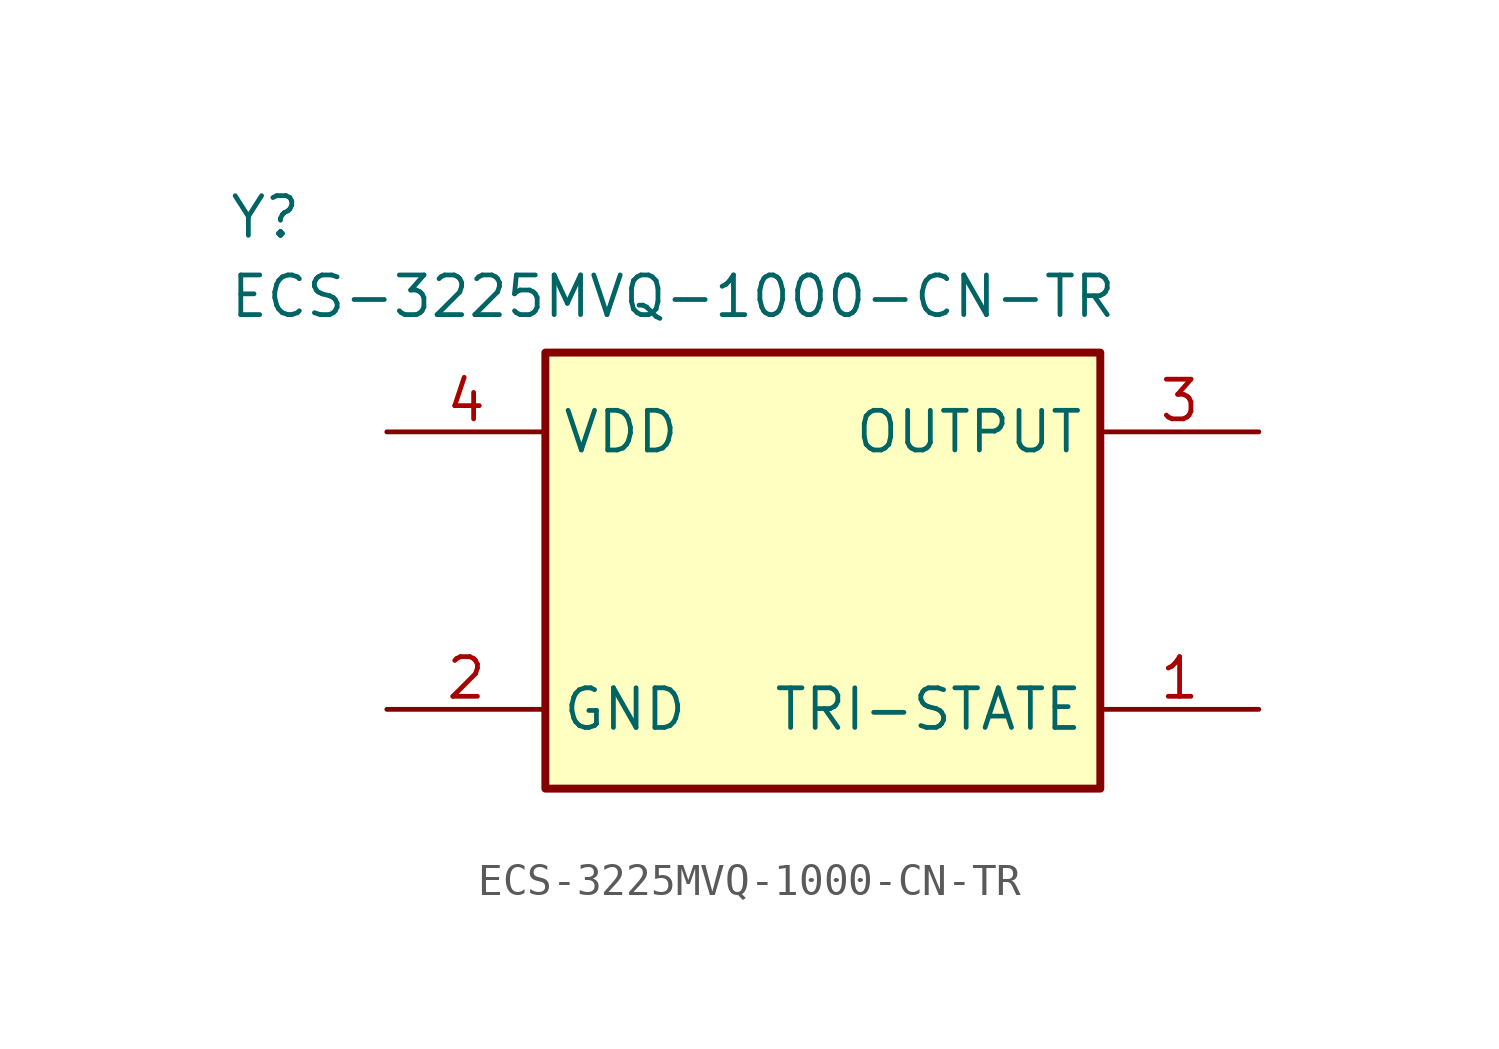
<source format=kicad_sym>
(kicad_symbol_lib
  (version 20231120)
  (generator "kicad_symbol_editor")
  (generator_version "8.0")
  (symbol "ECS-3225MVQ-1000-CN-TR"
    (property "Reference" "Y"
      (at 5.08 13.97 0)
      (effects (font (size 1.27 1.27)) (justify left top)))
    (property "Value" "ECS-3225MVQ-1000-CN-TR"
      (at 5.08 11.43 0)
      (effects (font (size 1.27 1.27)) (justify left top)))
    (symbol "ECS-3225MVQ-1000-CN-TR_1_1"
      (rectangle (start 15.24 8.89) (end 33.02 -5.08) (stroke (width 0.254) (type default)) (fill (type background)))
      (pin input line (at 38.1 -2.54 180) (length 5.08) (name "TRI-STATE" (effects (font (size 1.27 1.27)))) (number "1" (effects (font (size 1.27 1.27)))))
      (pin power_in line (at 10.16 -2.54 0) (length 5.08) (name "GND" (effects (font (size 1.27 1.27)))) (number "2" (effects (font (size 1.27 1.27)))))
      (pin output line (at 38.1 6.35 180) (length 5.08) (name "OUTPUT" (effects (font (size 1.27 1.27)))) (number "3" (effects (font (size 1.27 1.27)))))
      (pin input line (at 10.16 6.35 0) (length 5.08) (name "VDD" (effects (font (size 1.27 1.27)))) (number "4" (effects (font (size 1.27 1.27))))))))
</source>
